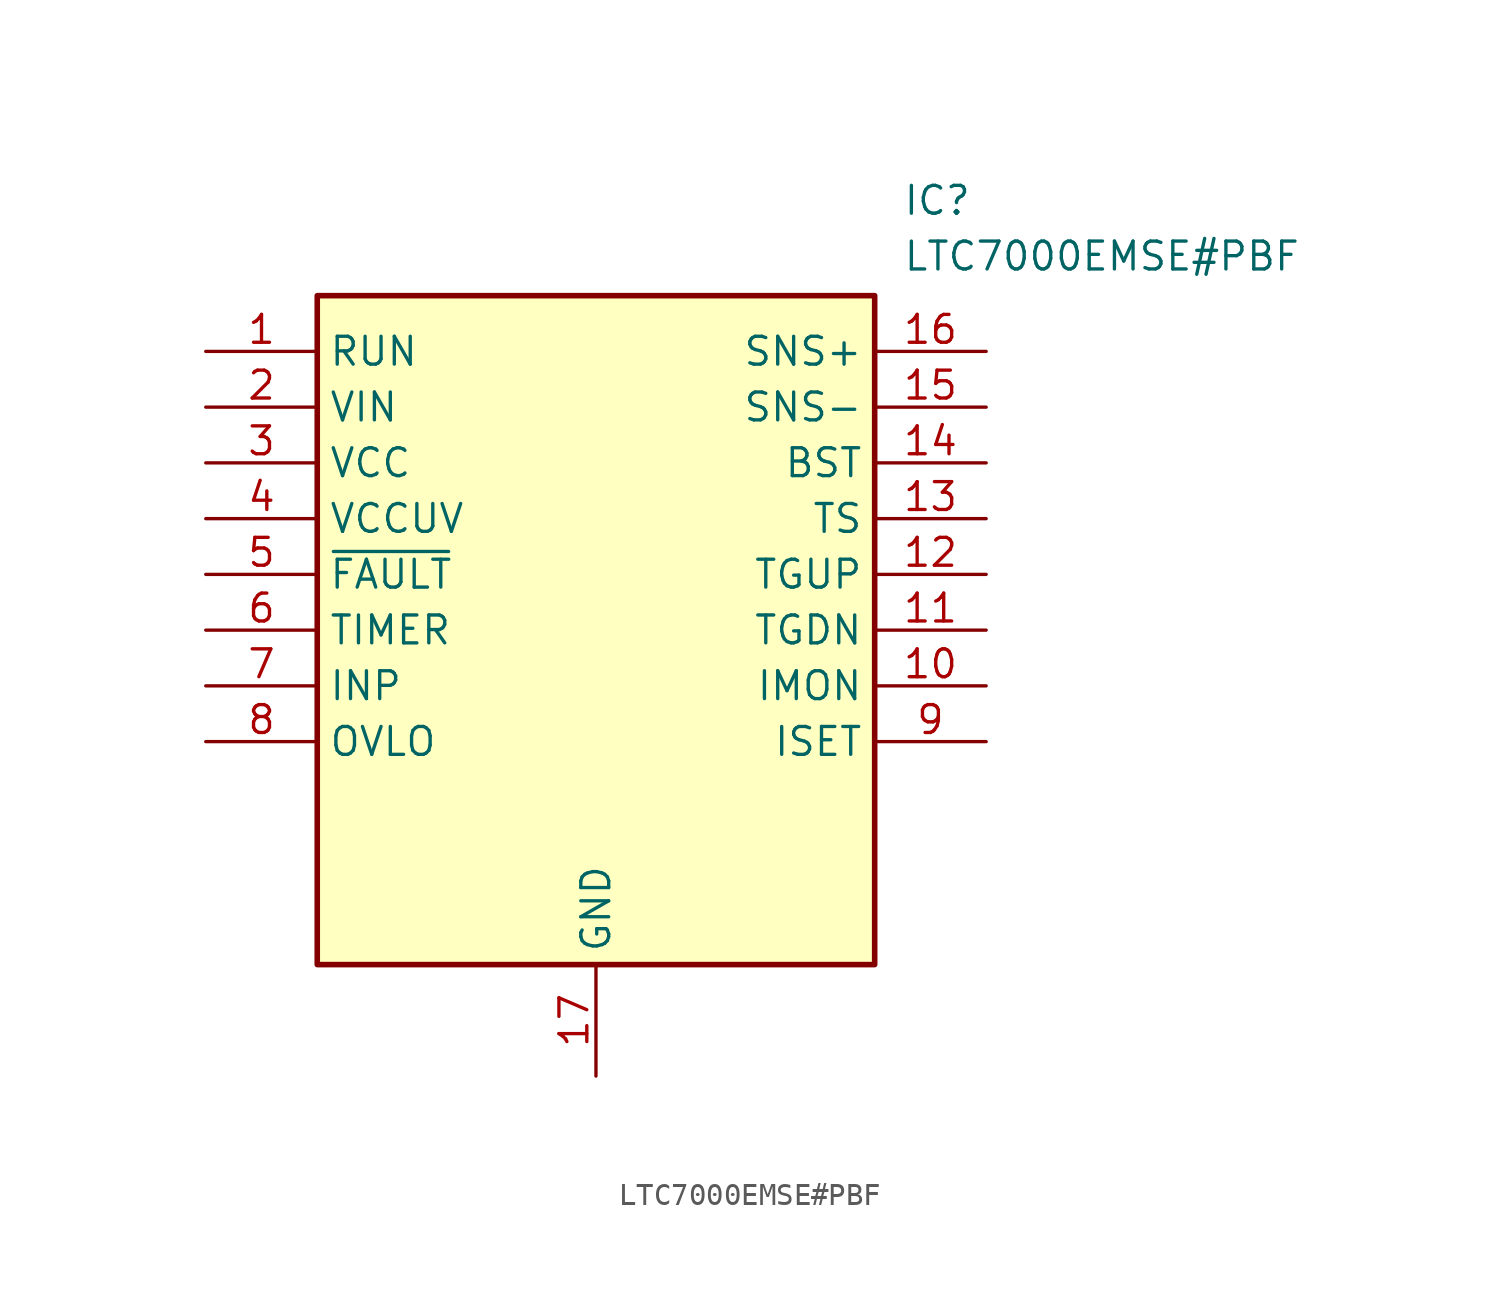
<source format=kicad_sym>
(kicad_symbol_lib
  (version 20211014)
  (generator SamacSys_ECAD_Model)
  (symbol "LTC7000EMSE#PBF"
    (property "Reference" "IC"
      (at 31.75 7.62 0)
      (effects (font (size 1.27 1.27)) (justify left top)))
    (property "Value" "LTC7000EMSE#PBF"
      (at 31.75 5.08 0)
      (effects (font (size 1.27 1.27)) (justify left top)))
    (rectangle
      (start 5.08 2.54)
      (end 30.48 -27.94)
      (stroke (width 0.254) (type default))
      (fill (type background)))
    (pin passive line
      (at 0 0 0)
      (length 5.08)
      (name "RUN" (effects (font (size 1.27 1.27))))
      (number "1" (effects (font (size 1.27 1.27)))))
    (pin passive line
      (at 0 -2.54 0)
      (length 5.08)
      (name "VIN" (effects (font (size 1.27 1.27))))
      (number "2" (effects (font (size 1.27 1.27)))))
    (pin passive line
      (at 0 -5.08 0)
      (length 5.08)
      (name "VCC" (effects (font (size 1.27 1.27))))
      (number "3" (effects (font (size 1.27 1.27)))))
    (pin passive line
      (at 0 -7.62 0)
      (length 5.08)
      (name "VCCUV" (effects (font (size 1.27 1.27))))
      (number "4" (effects (font (size 1.27 1.27)))))
    (pin passive line
      (at 0 -10.16 0)
      (length 5.08)
      (name "~{FAULT}" (effects (font (size 1.27 1.27))))
      (number "5" (effects (font (size 1.27 1.27)))))
    (pin passive line
      (at 0 -12.7 0)
      (length 5.08)
      (name "TIMER" (effects (font (size 1.27 1.27))))
      (number "6" (effects (font (size 1.27 1.27)))))
    (pin passive line
      (at 0 -15.24 0)
      (length 5.08)
      (name "INP" (effects (font (size 1.27 1.27))))
      (number "7" (effects (font (size 1.27 1.27)))))
    (pin passive line
      (at 0 -17.78 0)
      (length 5.08)
      (name "OVLO" (effects (font (size 1.27 1.27))))
      (number "8" (effects (font (size 1.27 1.27)))))
    (pin passive line
      (at 17.78 -33.02 90)
      (length 5.08)
      (name "GND" (effects (font (size 1.27 1.27))))
      (number "17" (effects (font (size 1.27 1.27)))))
    (pin passive line
      (at 35.56 0 180)
      (length 5.08)
      (name "SNS+" (effects (font (size 1.27 1.27))))
      (number "16" (effects (font (size 1.27 1.27)))))
    (pin passive line
      (at 35.56 -2.54 180)
      (length 5.08)
      (name "SNS-" (effects (font (size 1.27 1.27))))
      (number "15" (effects (font (size 1.27 1.27)))))
    (pin passive line
      (at 35.56 -5.08 180)
      (length 5.08)
      (name "BST" (effects (font (size 1.27 1.27))))
      (number "14" (effects (font (size 1.27 1.27)))))
    (pin passive line
      (at 35.56 -7.62 180)
      (length 5.08)
      (name "TS" (effects (font (size 1.27 1.27))))
      (number "13" (effects (font (size 1.27 1.27)))))
    (pin passive line
      (at 35.56 -10.16 180)
      (length 5.08)
      (name "TGUP" (effects (font (size 1.27 1.27))))
      (number "12" (effects (font (size 1.27 1.27)))))
    (pin passive line
      (at 35.56 -12.7 180)
      (length 5.08)
      (name "TGDN" (effects (font (size 1.27 1.27))))
      (number "11" (effects (font (size 1.27 1.27)))))
    (pin passive line
      (at 35.56 -15.24 180)
      (length 5.08)
      (name "IMON" (effects (font (size 1.27 1.27))))
      (number "10" (effects (font (size 1.27 1.27)))))
    (pin passive line
      (at 35.56 -17.78 180)
      (length 5.08)
      (name "ISET" (effects (font (size 1.27 1.27))))
      (number "9" (effects (font (size 1.27 1.27)))))))
</source>
